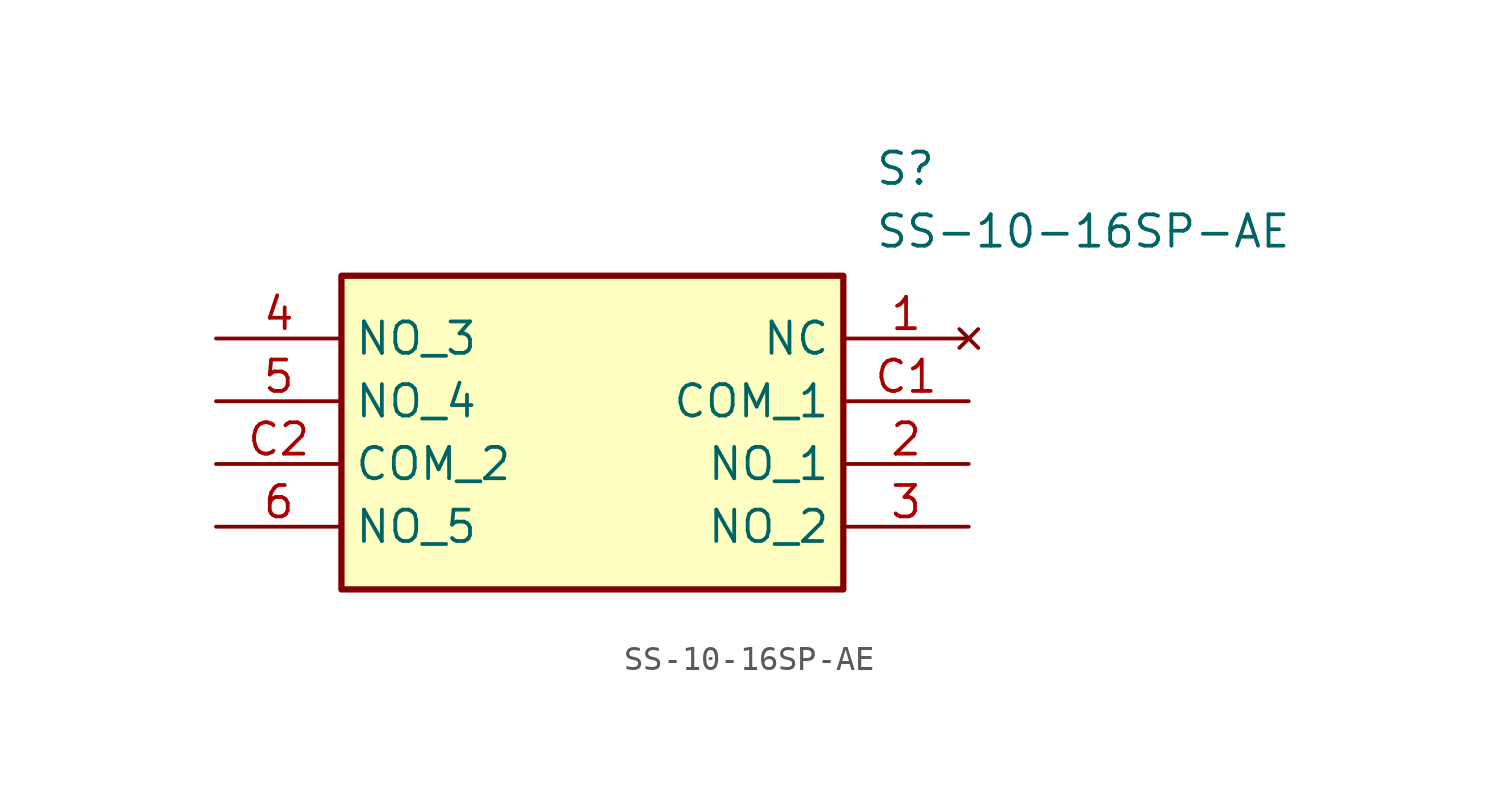
<source format=kicad_sym>
(kicad_symbol_lib
  (version 20211014)
  (generator SamacSys_ECAD_Model)
  (symbol "SS-10-16SP-AE"
    (property "Reference" "S"
      (at 26.67 7.62 0)
      (effects (font (size 1.27 1.27)) (justify left top)))
    (property "Value" "SS-10-16SP-AE"
      (at 26.67 5.08 0)
      (effects (font (size 1.27 1.27)) (justify left top)))
    (rectangle
      (start 5.08 2.54)
      (end 25.4 -10.16)
      (stroke (width 0.254) (type default))
      (fill (type background)))
    (pin no_connect line
      (at 30.48 0 180)
      (length 5.08)
      (name "NC" (effects (font (size 1.27 1.27))))
      (number "1" (effects (font (size 1.27 1.27)))))
    (pin passive line
      (at 30.48 -5.08 180)
      (length 5.08)
      (name "NO_1" (effects (font (size 1.27 1.27))))
      (number "2" (effects (font (size 1.27 1.27)))))
    (pin passive line
      (at 30.48 -7.62 180)
      (length 5.08)
      (name "NO_2" (effects (font (size 1.27 1.27))))
      (number "3" (effects (font (size 1.27 1.27)))))
    (pin passive line
      (at 0 0 0)
      (length 5.08)
      (name "NO_3" (effects (font (size 1.27 1.27))))
      (number "4" (effects (font (size 1.27 1.27)))))
    (pin passive line
      (at 0 -2.54 0)
      (length 5.08)
      (name "NO_4" (effects (font (size 1.27 1.27))))
      (number "5" (effects (font (size 1.27 1.27)))))
    (pin passive line
      (at 0 -7.62 0)
      (length 5.08)
      (name "NO_5" (effects (font (size 1.27 1.27))))
      (number "6" (effects (font (size 1.27 1.27)))))
    (pin passive line
      (at 30.48 -2.54 180)
      (length 5.08)
      (name "COM_1" (effects (font (size 1.27 1.27))))
      (number "C1" (effects (font (size 1.27 1.27)))))
    (pin passive line
      (at 0 -5.08 0)
      (length 5.08)
      (name "COM_2" (effects (font (size 1.27 1.27))))
      (number "C2" (effects (font (size 1.27 1.27)))))))
</source>
